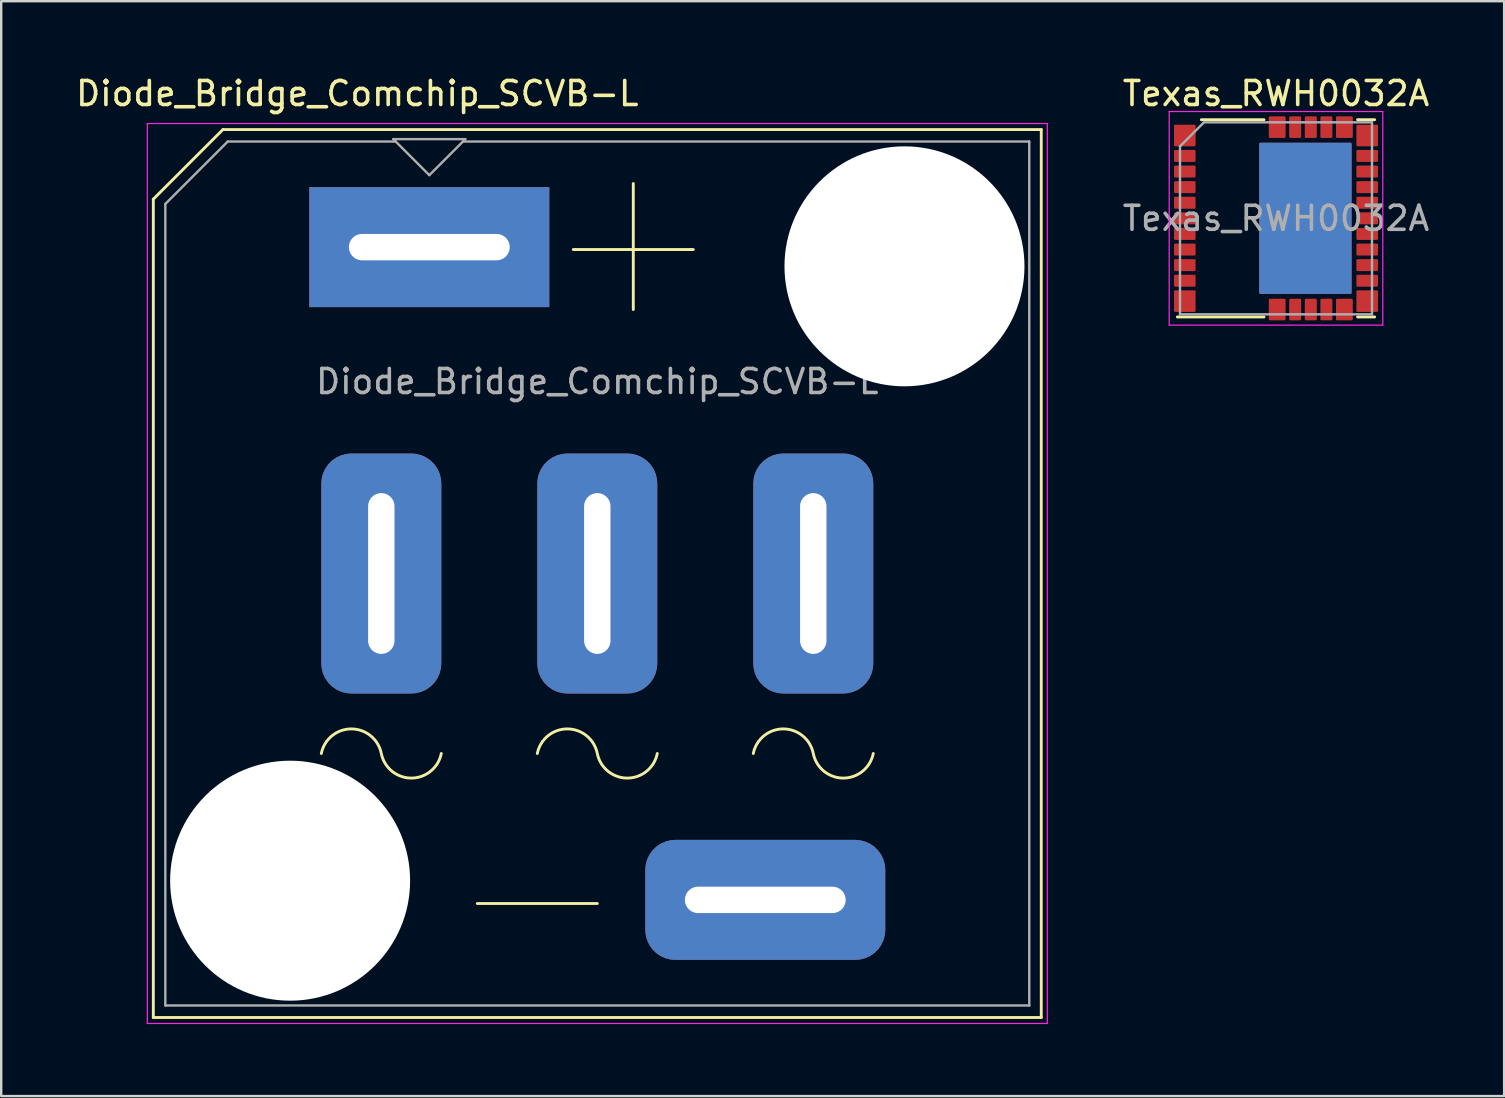
<source format=kicad_pcb>
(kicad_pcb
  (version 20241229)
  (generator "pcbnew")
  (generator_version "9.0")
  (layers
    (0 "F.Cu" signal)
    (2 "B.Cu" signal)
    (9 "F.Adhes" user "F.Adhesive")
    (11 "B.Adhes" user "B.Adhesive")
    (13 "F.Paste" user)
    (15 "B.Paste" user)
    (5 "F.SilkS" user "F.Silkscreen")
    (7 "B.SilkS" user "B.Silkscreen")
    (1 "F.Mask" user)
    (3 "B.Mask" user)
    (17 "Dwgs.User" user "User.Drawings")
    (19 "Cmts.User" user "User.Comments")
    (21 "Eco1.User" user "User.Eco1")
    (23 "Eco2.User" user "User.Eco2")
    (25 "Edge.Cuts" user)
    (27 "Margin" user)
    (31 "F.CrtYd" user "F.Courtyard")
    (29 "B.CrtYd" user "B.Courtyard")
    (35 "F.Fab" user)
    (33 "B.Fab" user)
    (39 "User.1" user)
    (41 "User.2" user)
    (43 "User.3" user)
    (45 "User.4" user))
  (footprint "Texas_RWH0032A"
    (layer "F.Cu")
    (at 50.12 6.048)
    (property "Reference" "Texas_RWH0032A" (at 0 -5.2 0) (layer "F.SilkS") (effects (font (size 1 1) (thickness 0.15))))
    (attr smd)
    (fp_line (start -3.11 -4.11) (end -0.5 -4.11) (stroke (width 0.12) (type solid)) (layer "F.SilkS"))
    (fp_line (start -0.5 4.11) (end -4.11 4.11) (stroke (width 0.12) (type solid)) (layer "F.SilkS"))
    (fp_line (start 3.4 -4.11) (end 4.11 -4.11) (stroke (width 0.12) (type solid)) (layer "F.SilkS"))
    (fp_line (start 4.11 4.11) (end 3.4 4.11) (stroke (width 0.12) (type solid)) (layer "F.SilkS"))
    (fp_line (start -4.45 -4.45) (end 4.45 -4.45) (stroke (width 0.05) (type solid)) (layer "F.CrtYd"))
    (fp_line (start -4.45 4.45) (end -4.45 -4.45) (stroke (width 0.05) (type solid)) (layer "F.CrtYd"))
    (fp_line (start 4.45 -4.45) (end 4.45 4.45) (stroke (width 0.05) (type solid)) (layer "F.CrtYd"))
    (fp_line (start 4.45 4.45) (end -4.45 4.45) (stroke (width 0.05) (type solid)) (layer "F.CrtYd"))
    (fp_line (start -4 4) (end -4 -3) (stroke (width 0.1) (type solid)) (layer "F.Fab"))
    (fp_line (start -3 -4) (end -4 -3) (stroke (width 0.1) (type solid)) (layer "F.Fab"))
    (fp_line (start -3 -4) (end 4 -4) (stroke (width 0.1) (type solid)) (layer "F.Fab"))
    (fp_line (start 4 -4) (end 4 4) (stroke (width 0.1) (type solid)) (layer "F.Fab"))
    (fp_line (start 4 4) (end -4 4) (stroke (width 0.1) (type solid)) (layer "F.Fab"))
    (fp_text user "${REFERENCE}" (at 0 0 0) (layer "F.Fab") (effects (font (size 1 1) (thickness 0.15))))
    (pad "" smd roundrect (at 0.314 -2.38) (size 1.6 0.99) (layers "F.Paste") (roundrect_rratio 0.051))
    (pad "" smd roundrect (at 0.314 -1.19) (size 1.6 0.99) (layers "F.Paste") (roundrect_rratio 0.051))
    (pad "" smd roundrect (at 0.314 0) (size 1.6 0.99) (layers "F.Paste") (roundrect_rratio 0.051))
    (pad "" smd roundrect (at 0.314 1.19) (size 1.6 0.99) (layers "F.Paste") (roundrect_rratio 0.051))
    (pad "" smd roundrect (at 0.314 2.38) (size 1.6 0.99) (layers "F.Paste") (roundrect_rratio 0.051))
    (pad "" smd roundrect (at 2.114 -2.38) (size 1.6 0.99) (layers "F.Paste") (roundrect_rratio 0.051))
    (pad "" smd roundrect (at 2.114 -1.19) (size 1.6 0.99) (layers "F.Paste") (roundrect_rratio 0.051))
    (pad "" smd roundrect (at 2.114 0) (size 1.6 0.99) (layers "F.Paste") (roundrect_rratio 0.051))
    (pad "" smd roundrect (at 2.114 1.19) (size 1.6 0.99) (layers "F.Paste") (roundrect_rratio 0.051))
    (pad "" smd roundrect (at 2.114 2.38) (size 1.6 0.99) (layers "F.Paste") (roundrect_rratio 0.051))
    (pad "1" smd roundrect (at -3.8 -3.45) (size 0.9 0.9) (layers "F.Cu" "F.Mask" "F.Paste") (roundrect_rratio 0.055))
    (pad "2" smd roundrect (at -3.8 -2.6) (size 0.9 0.5) (layers "F.Cu" "F.Mask" "F.Paste") (roundrect_rratio 0.1))
    (pad "3" smd roundrect (at -3.8 -1.95) (size 0.9 0.5) (layers "F.Cu" "F.Mask" "F.Paste") (roundrect_rratio 0.1))
    (pad "4" smd roundrect (at -3.8 -1.3) (size 0.9 0.5) (layers "F.Cu" "F.Mask" "F.Paste") (roundrect_rratio 0.1))
    (pad "5" smd roundrect (at -3.8 -0.65) (size 0.9 0.5) (layers "F.Cu" "F.Mask" "F.Paste") (roundrect_rratio 0.1))
    (pad "6" smd roundrect (at -3.8 0) (size 0.9 0.5) (layers "F.Cu" "F.Mask" "F.Paste") (roundrect_rratio 0.1))
    (pad "7" smd roundrect (at -3.8 0.65) (size 0.9 0.5) (layers "F.Cu" "F.Mask" "F.Paste") (roundrect_rratio 0.1))
    (pad "8" smd roundrect (at -3.8 1.3) (size 0.9 0.5) (layers "F.Cu" "F.Mask" "F.Paste") (roundrect_rratio 0.1))
    (pad "9" smd roundrect (at -3.8 1.95) (size 0.9 0.5) (layers "F.Cu" "F.Mask" "F.Paste") (roundrect_rratio 0.1))
    (pad "10" smd roundrect (at -3.8 2.6) (size 0.9 0.5) (layers "F.Cu" "F.Mask" "F.Paste") (roundrect_rratio 0.1))
    (pad "11" smd roundrect (at -3.8 3.45) (size 0.9 0.9) (layers "F.Cu" "F.Mask" "F.Paste") (roundrect_rratio 0.055))
    (pad "12" smd roundrect (at 0.05 3.8) (size 0.7 0.9) (layers "F.Cu" "F.Mask" "F.Paste") (roundrect_rratio 0.072))
    (pad "13" smd roundrect (at 0.8 3.8) (size 0.5 0.9) (layers "F.Cu" "F.Mask" "F.Paste") (roundrect_rratio 0.1))
    (pad "14" smd roundrect (at 1.45 3.8) (size 0.5 0.9) (layers "F.Cu" "F.Mask" "F.Paste") (roundrect_rratio 0.1))
    (pad "15" smd roundrect (at 2.1 3.8) (size 0.5 0.9) (layers "F.Cu" "F.Mask" "F.Paste") (roundrect_rratio 0.1))
    (pad "16" smd roundrect (at 2.85 3.8) (size 0.7 0.9) (layers "F.Cu" "F.Mask" "F.Paste") (roundrect_rratio 0.072))
    (pad "17" smd roundrect (at 3.8 3.45) (size 0.9 0.9) (layers "F.Cu" "F.Mask" "F.Paste") (roundrect_rratio 0.055))
    (pad "18" smd roundrect (at 3.8 2.6) (size 0.9 0.5) (layers "F.Cu" "F.Mask" "F.Paste") (roundrect_rratio 0.1))
    (pad "19" smd roundrect (at 3.8 1.95) (size 0.9 0.5) (layers "F.Cu" "F.Mask" "F.Paste") (roundrect_rratio 0.1))
    (pad "20" smd roundrect (at 3.8 1.3) (size 0.9 0.5) (layers "F.Cu" "F.Mask" "F.Paste") (roundrect_rratio 0.1))
    (pad "21" smd roundrect (at 3.8 0.65) (size 0.9 0.5) (layers "F.Cu" "F.Mask" "F.Paste") (roundrect_rratio 0.1))
    (pad "22" smd roundrect (at 3.8 0) (size 0.9 0.5) (layers "F.Cu" "F.Mask" "F.Paste") (roundrect_rratio 0.1))
    (pad "23" smd roundrect (at 3.8 -0.65) (size 0.9 0.5) (layers "F.Cu" "F.Mask" "F.Paste") (roundrect_rratio 0.1))
    (pad "24" smd roundrect (at 3.8 -1.3) (size 0.9 0.5) (layers "F.Cu" "F.Mask" "F.Paste") (roundrect_rratio 0.1))
    (pad "25" smd roundrect (at 3.8 -1.95) (size 0.9 0.5) (layers "F.Cu" "F.Mask" "F.Paste") (roundrect_rratio 0.1))
    (pad "26" smd roundrect (at 3.8 -2.6) (size 0.9 0.5) (layers "F.Cu" "F.Mask" "F.Paste") (roundrect_rratio 0.1))
    (pad "27" smd roundrect (at 3.8 -3.45) (size 0.9 0.9) (layers "F.Cu" "F.Mask" "F.Paste") (roundrect_rratio 0.055))
    (pad "28" smd roundrect (at 2.85 -3.8) (size 0.7 0.9) (layers "F.Cu" "F.Mask" "F.Paste") (roundrect_rratio 0.072))
    (pad "29" smd roundrect (at 2.1 -3.8) (size 0.5 0.9) (layers "F.Cu" "F.Mask" "F.Paste") (roundrect_rratio 0.1))
    (pad "30" smd roundrect (at 1.45 -3.8) (size 0.5 0.9) (layers "F.Cu" "F.Mask" "F.Paste") (roundrect_rratio 0.1))
    (pad "31" smd roundrect (at 0.8 -3.8) (size 0.5 0.9) (layers "F.Cu" "F.Mask" "F.Paste") (roundrect_rratio 0.1))
    (pad "32" smd roundrect (at 0.05 -3.8) (size 0.7 0.9) (layers "F.Cu" "F.Mask" "F.Paste") (roundrect_rratio 0.072))
    (pad "33" smd roundrect (at 1.225 0) (size 3.85 6.3) (layers "F.Cu" "F.Mask") (roundrect_rratio 0.013))
    (pad "33" smd roundrect (at 1.225 0) (size 3.85 6.3) (layers "B.Cu") (roundrect_rratio 0.013)))
  (footprint "Diode_Bridge_Comchip_SCVB-L"
    (layer "F.Cu")
    (at 14.839 7.248)
    (property "Reference" "Diode_Bridge_Comchip_SCVB-L" (at -3 -6.4 0) (layer "F.SilkS") (effects (font (size 1 1) (thickness 0.15))))
    (attr through_hole)
    (fp_line (start -11.5 -2) (end -11.5 32.1) (stroke (width 0.12) (type solid)) (layer "F.SilkS"))
    (fp_line (start -11.5 32.1) (end 25.5 32.1) (stroke (width 0.12) (type solid)) (layer "F.SilkS"))
    (fp_line (start -8.6 -4.9) (end -11.5 -2) (stroke (width 0.12) (type solid)) (layer "F.SilkS"))
    (fp_line (start 7 27.35) (end 2 27.35) (stroke (width 0.12) (type solid)) (layer "F.SilkS"))
    (fp_line (start 8.5 2.6) (end 8.5 -2.65) (stroke (width 0.12) (type solid)) (layer "F.SilkS"))
    (fp_line (start 11 0.1) (end 6 0.1) (stroke (width 0.12) (type solid)) (layer "F.SilkS"))
    (fp_line (start 25.5 -4.9) (end -8.6 -4.9) (stroke (width 0.12) (type solid)) (layer "F.SilkS"))
    (fp_line (start 25.5 -4.9) (end 25.5 32.1) (stroke (width 0.12) (type solid)) (layer "F.SilkS"))
    (fp_arc (start -4.499999 21.100001) (mid -3.250001 20.075246) (end -2.000001 21.099999) (stroke (width 0.12) (type solid)) (layer "F.SilkS"))
    (fp_arc (start 0.499999 21.099999) (mid -0.719674 22.124393) (end -1.986693 21.159174) (stroke (width 0.12) (type solid)) (layer "F.SilkS"))
    (fp_arc (start 4.500002 21.100002) (mid 5.75 20.075247) (end 7 21.1) (stroke (width 0.12) (type solid)) (layer "F.SilkS"))
    (fp_arc (start 9.5 21.1) (mid 8.280327 22.124394) (end 7.013308 21.159175) (stroke (width 0.12) (type solid)) (layer "F.SilkS"))
    (fp_arc (start 13.500002 21.100002) (mid 14.75 20.075247) (end 16 21.1) (stroke (width 0.12) (type solid)) (layer "F.SilkS"))
    (fp_arc (start 18.5 21.1) (mid 17.280327 22.124394) (end 16.013308 21.159175) (stroke (width 0.12) (type solid)) (layer "F.SilkS"))
    (fp_line (start -11.75 -5.15) (end 25.75 -5.15) (stroke (width 0.05) (type solid)) (layer "F.CrtYd"))
    (fp_line (start -11.75 32.35) (end -11.75 -5.15) (stroke (width 0.05) (type solid)) (layer "F.CrtYd"))
    (fp_line (start 25.75 -5.15) (end 25.75 32.35) (stroke (width 0.05) (type solid)) (layer "F.CrtYd"))
    (fp_line (start 25.75 32.35) (end -11.75 32.35) (stroke (width 0.05) (type solid)) (layer "F.CrtYd"))
    (fp_line (start -11 31.6) (end -11 -1.8) (stroke (width 0.1) (type solid)) (layer "F.Fab"))
    (fp_line (start -8.4 -4.4) (end -11 -1.8) (stroke (width 0.1) (type solid)) (layer "F.Fab"))
    (fp_line (start -8.4 -4.4) (end -1.4 -4.4) (stroke (width 0.1) (type solid)) (layer "F.Fab"))
    (fp_line (start -1.5 -4.5) (end 1.5 -4.5) (stroke (width 0.1) (type solid)) (layer "F.Fab"))
    (fp_line (start 0 -3) (end -1.5 -4.5) (stroke (width 0.1) (type solid)) (layer "F.Fab"))
    (fp_line (start 1.4 -4.4) (end 25 -4.4) (stroke (width 0.1) (type solid)) (layer "F.Fab"))
    (fp_line (start 1.5 -4.5) (end 0 -3) (stroke (width 0.1) (type solid)) (layer "F.Fab"))
    (fp_line (start 25 -4.4) (end 25 31.6) (stroke (width 0.1) (type solid)) (layer "F.Fab"))
    (fp_line (start 25 31.6) (end -11 31.6) (stroke (width 0.1) (type solid)) (layer "F.Fab"))
    (fp_text user "${REFERENCE}" (at 7 5.6 0) (layer "F.Fab") (effects (font (size 1 1) (thickness 0.15))))
    (pad "" np_thru_hole circle (at -5.8 26.4) (size 10 10) (drill 10) (layers "*.Cu" "*.Mask"))
    (pad "" np_thru_hole circle (at 19.8 0.8) (size 10 10) (drill 10) (layers "*.Cu" "*.Mask"))
    (pad "1" thru_hole rect (at 0 0) (size 10 5) (drill oval 6.7 1.1) (layers "*.Cu" "*.Mask"))
    (pad "2" thru_hole roundrect (at -2 13.6 90) (size 10 5) (drill oval 6.7 1.1) (layers "*.Cu" "*.Mask") (roundrect_rratio 0.25))
    (pad "3" thru_hole roundrect (at 7 13.6 90) (size 10 5) (drill oval 6.7 1.1) (layers "*.Cu" "*.Mask") (roundrect_rratio 0.25))
    (pad "4" thru_hole roundrect (at 16 13.6 90) (size 10 5) (drill oval 6.7 1.1) (layers "*.Cu" "*.Mask") (roundrect_rratio 0.25))
    (pad "5" thru_hole roundrect (at 14 27.2) (size 10 5) (drill oval 6.7 1.1) (layers "*.Cu" "*.Mask") (roundrect_rratio 0.25)))
  (gr_rect
    (start -3 -3)
    (end 59.626 42.623)
    (stroke (width 0.1) (type default))
    (fill no)
    (layer "Edge.Cuts")))
</source>
